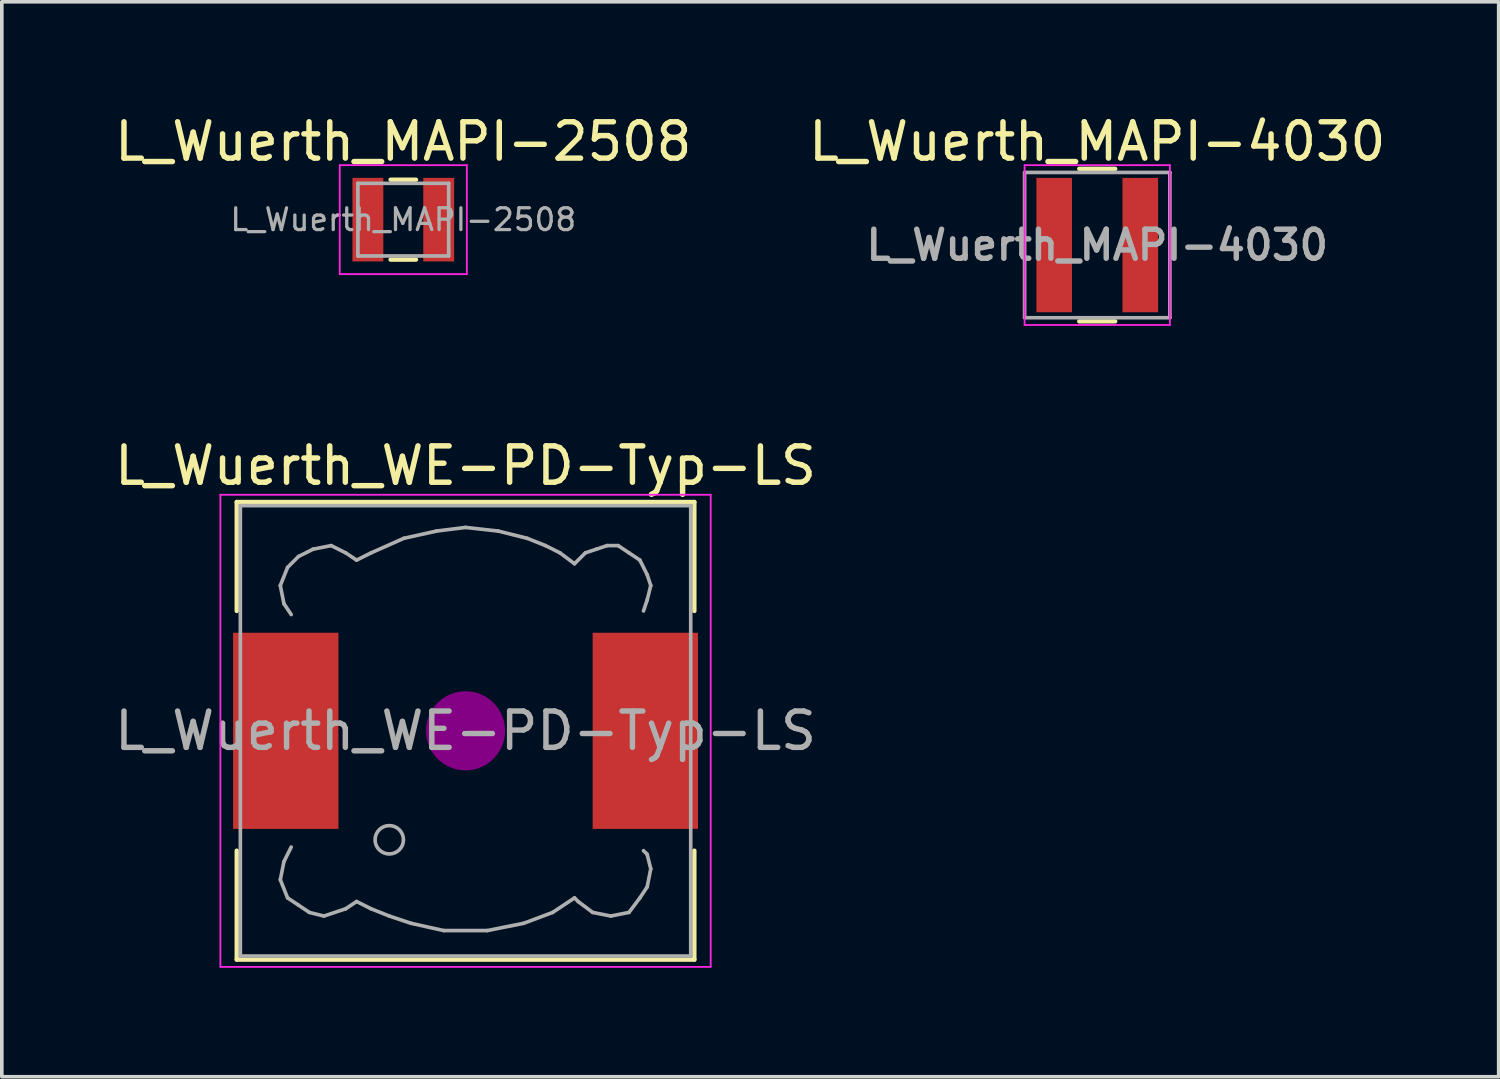
<source format=kicad_pcb>
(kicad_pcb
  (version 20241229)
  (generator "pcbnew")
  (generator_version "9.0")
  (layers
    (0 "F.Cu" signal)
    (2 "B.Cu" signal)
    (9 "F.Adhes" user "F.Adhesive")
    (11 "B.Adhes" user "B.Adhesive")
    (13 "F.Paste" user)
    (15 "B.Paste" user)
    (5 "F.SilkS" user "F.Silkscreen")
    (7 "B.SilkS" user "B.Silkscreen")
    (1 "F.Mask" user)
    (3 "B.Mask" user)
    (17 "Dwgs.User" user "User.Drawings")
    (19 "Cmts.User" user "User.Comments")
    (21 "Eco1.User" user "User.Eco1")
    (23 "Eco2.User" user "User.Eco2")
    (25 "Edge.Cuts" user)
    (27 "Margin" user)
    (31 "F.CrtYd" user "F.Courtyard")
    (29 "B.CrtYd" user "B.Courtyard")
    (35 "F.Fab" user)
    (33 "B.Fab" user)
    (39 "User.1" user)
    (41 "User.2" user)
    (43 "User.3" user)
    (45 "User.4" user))
  (footprint "L_Wuerth_MAPI-4030"
    (layer "F.Cu")
    (at 27.161 3.698)
    (property "Reference" "L_Wuerth_MAPI-4030" (at 0 -2.85 0) (layer "F.SilkS") (effects (font (size 1 1) (thickness 0.15))))
    (attr smd)
    (fp_line (start -0.495 -2.1) (end 0.495 -2.1) (stroke (width 0.12) (type solid)) (layer "F.SilkS"))
    (fp_line (start -0.495 2.1) (end 0.495 2.1) (stroke (width 0.12) (type solid)) (layer "F.SilkS"))
    (fp_line (start -2 -2.2) (end -2 2.2) (stroke (width 0.05) (type solid)) (layer "F.CrtYd"))
    (fp_line (start -2 2.2) (end 2 2.2) (stroke (width 0.05) (type solid)) (layer "F.CrtYd"))
    (fp_line (start 2 -2.2) (end -2 -2.2) (stroke (width 0.05) (type solid)) (layer "F.CrtYd"))
    (fp_line (start 2 2.2) (end 2 -2.2) (stroke (width 0.05) (type solid)) (layer "F.CrtYd"))
    (fp_line (start -2 -2) (end -2 2) (stroke (width 0.1) (type solid)) (layer "F.Fab"))
    (fp_line (start -2 2) (end 2 2) (stroke (width 0.1) (type solid)) (layer "F.Fab"))
    (fp_line (start 2 -2) (end -2 -2) (stroke (width 0.1) (type solid)) (layer "F.Fab"))
    (fp_line (start 2 2) (end 2 -2) (stroke (width 0.1) (type solid)) (layer "F.Fab"))
    (fp_text user "${REFERENCE}" (at 0 0 0) (layer "F.Fab") (effects (font (size 0.8 0.8) (thickness 0.15))))
    (pad "1" smd rect (at -1.185 0) (size 0.98 3.7) (layers "F.Cu" "F.Mask" "F.Paste"))
    (pad "2" smd rect (at 1.185 0) (size 0.98 3.7) (layers "F.Cu" "F.Mask" "F.Paste")))
  (footprint "L_Wuerth_MAPI-2508"
    (layer "F.Cu")
    (at 8.054 2.998)
    (property "Reference" "L_Wuerth_MAPI-2508" (at 0 -2.15 0) (layer "F.SilkS") (effects (font (size 1 1) (thickness 0.15))))
    (attr smd)
    (fp_line (start -0.35 -1.1) (end 0.35 -1.1) (stroke (width 0.12) (type solid)) (layer "F.SilkS"))
    (fp_line (start -0.35 1.1) (end 0.35 1.1) (stroke (width 0.12) (type solid)) (layer "F.SilkS"))
    (fp_line (start -1.75 -1.5) (end -1.75 1.5) (stroke (width 0.05) (type solid)) (layer "F.CrtYd"))
    (fp_line (start -1.75 1.5) (end 1.75 1.5) (stroke (width 0.05) (type solid)) (layer "F.CrtYd"))
    (fp_line (start 1.75 -1.5) (end -1.75 -1.5) (stroke (width 0.05) (type solid)) (layer "F.CrtYd"))
    (fp_line (start 1.75 1.5) (end 1.75 -1.5) (stroke (width 0.05) (type solid)) (layer "F.CrtYd"))
    (fp_line (start -1.25 -1) (end -1.25 1) (stroke (width 0.1) (type solid)) (layer "F.Fab"))
    (fp_line (start -1.25 1) (end 1.25 1) (stroke (width 0.1) (type solid)) (layer "F.Fab"))
    (fp_line (start 1.25 -1) (end -1.25 -1) (stroke (width 0.1) (type solid)) (layer "F.Fab"))
    (fp_line (start 1.25 1) (end 1.25 -1) (stroke (width 0.1) (type solid)) (layer "F.Fab"))
    (fp_text user "${REFERENCE}" (at 0 0 0) (layer "F.Fab") (effects (font (size 0.6 0.6) (thickness 0.09))))
    (pad "1" smd rect (at -0.975 0) (size 0.85 2.3) (layers "F.Cu" "F.Mask" "F.Paste"))
    (pad "2" smd rect (at 0.975 0) (size 0.85 2.3) (layers "F.Cu" "F.Mask" "F.Paste")))
  (footprint "L_Wuerth_WE-PD-Typ-LS"
    (layer "F.Cu")
    (at 9.768 17.072)
    (property "Reference" "L_Wuerth_WE-PD-Typ-LS" (at 0 -7.3 0) (layer "F.SilkS") (effects (font (size 1 1) (thickness 0.15))))
    (attr smd)
    (fp_line (start -6.3 -6.3) (end 6.3 -6.3) (stroke (width 0.12) (type solid)) (layer "F.SilkS"))
    (fp_line (start -6.3 -3.3) (end -6.3 -6.3) (stroke (width 0.12) (type solid)) (layer "F.SilkS"))
    (fp_line (start -6.3 6.3) (end -6.3 3.3) (stroke (width 0.12) (type solid)) (layer "F.SilkS"))
    (fp_line (start 6.3 -6.3) (end 6.3 -3.3) (stroke (width 0.12) (type solid)) (layer "F.SilkS"))
    (fp_line (start 6.3 3.3) (end 6.3 6.3) (stroke (width 0.12) (type solid)) (layer "F.SilkS"))
    (fp_line (start 6.3 6.3) (end -6.3 6.3) (stroke (width 0.12) (type solid)) (layer "F.SilkS"))
    (fp_circle (center 0 0) (end 0.15 0.15) (stroke (width 0.38) (type solid)) (fill no) (layer "F.Adhes"))
    (fp_circle (center 0 0) (end 0.55 0) (stroke (width 0.38) (type solid)) (fill no) (layer "F.Adhes"))
    (fp_circle (center 0 0) (end 0.9 0) (stroke (width 0.38) (type solid)) (fill no) (layer "F.Adhes"))
    (fp_line (start -6.75 -6.5) (end 6.75 -6.5) (stroke (width 0.05) (type solid)) (layer "F.CrtYd"))
    (fp_line (start -6.75 6.5) (end -6.75 -6.5) (stroke (width 0.05) (type solid)) (layer "F.CrtYd"))
    (fp_line (start 6.75 -6.5) (end 6.75 6.5) (stroke (width 0.05) (type solid)) (layer "F.CrtYd"))
    (fp_line (start 6.75 6.5) (end -6.75 6.5) (stroke (width 0.05) (type solid)) (layer "F.CrtYd"))
    (fp_line (start -6.2 -6.2) (end -6.2 6.2) (stroke (width 0.1) (type solid)) (layer "F.Fab"))
    (fp_line (start -6.2 6.2) (end 6.2 6.2) (stroke (width 0.1) (type solid)) (layer "F.Fab"))
    (fp_line (start -5.1 -4) (end -5 -3.5) (stroke (width 0.1) (type solid)) (layer "F.Fab"))
    (fp_line (start -5.1 4.1) (end -5 3.6) (stroke (width 0.1) (type solid)) (layer "F.Fab"))
    (fp_line (start -5 -3.5) (end -4.8 -3.2) (stroke (width 0.1) (type solid)) (layer "F.Fab"))
    (fp_line (start -5 3.6) (end -4.8 3.2) (stroke (width 0.1) (type solid)) (layer "F.Fab"))
    (fp_line (start -4.9 -4.5) (end -5.1 -4) (stroke (width 0.1) (type solid)) (layer "F.Fab"))
    (fp_line (start -4.9 4.6) (end -5.1 4.1) (stroke (width 0.1) (type solid)) (layer "F.Fab"))
    (fp_line (start -4.6 -4.8) (end -4.9 -4.5) (stroke (width 0.1) (type solid)) (layer "F.Fab"))
    (fp_line (start -4.6 4.8) (end -4.9 4.6) (stroke (width 0.1) (type solid)) (layer "F.Fab"))
    (fp_line (start -4.3 5) (end -4.6 4.8) (stroke (width 0.1) (type solid)) (layer "F.Fab"))
    (fp_line (start -4.2 -5) (end -4.6 -4.8) (stroke (width 0.1) (type solid)) (layer "F.Fab"))
    (fp_line (start -3.9 5.1) (end -4.3 5) (stroke (width 0.1) (type solid)) (layer "F.Fab"))
    (fp_line (start -3.7 -5.1) (end -4.2 -5) (stroke (width 0.1) (type solid)) (layer "F.Fab"))
    (fp_line (start -3.3 -4.9) (end -3.7 -5.1) (stroke (width 0.1) (type solid)) (layer "F.Fab"))
    (fp_line (start -3.3 4.9) (end -3.9 5.1) (stroke (width 0.1) (type solid)) (layer "F.Fab"))
    (fp_line (start -3 -4.7) (end -3.3 -4.9) (stroke (width 0.1) (type solid)) (layer "F.Fab"))
    (fp_line (start -3 4.7) (end -3.3 4.9) (stroke (width 0.1) (type solid)) (layer "F.Fab"))
    (fp_line (start -2.6 -4.9) (end -3 -4.7) (stroke (width 0.1) (type solid)) (layer "F.Fab"))
    (fp_line (start -2.6 4.9) (end -3 4.7) (stroke (width 0.1) (type solid)) (layer "F.Fab"))
    (fp_line (start -2.1 5.1) (end -2.6 4.9) (stroke (width 0.1) (type solid)) (layer "F.Fab"))
    (fp_line (start -1.7 -5.3) (end -2.6 -4.9) (stroke (width 0.1) (type solid)) (layer "F.Fab"))
    (fp_line (start -1.5 5.3) (end -2.1 5.1) (stroke (width 0.1) (type solid)) (layer "F.Fab"))
    (fp_line (start -0.8 -5.5) (end -1.7 -5.3) (stroke (width 0.1) (type solid)) (layer "F.Fab"))
    (fp_line (start -0.6 5.5) (end -1.5 5.3) (stroke (width 0.1) (type solid)) (layer "F.Fab"))
    (fp_line (start 0 -5.6) (end -0.8 -5.5) (stroke (width 0.1) (type solid)) (layer "F.Fab"))
    (fp_line (start 0.6 5.5) (end -0.6 5.5) (stroke (width 0.1) (type solid)) (layer "F.Fab"))
    (fp_line (start 0.9 -5.5) (end 0 -5.6) (stroke (width 0.1) (type solid)) (layer "F.Fab"))
    (fp_line (start 1.6 5.3) (end 0.6 5.5) (stroke (width 0.1) (type solid)) (layer "F.Fab"))
    (fp_line (start 1.7 -5.3) (end 0.9 -5.5) (stroke (width 0.1) (type solid)) (layer "F.Fab"))
    (fp_line (start 2.2 -5.1) (end 1.7 -5.3) (stroke (width 0.1) (type solid)) (layer "F.Fab"))
    (fp_line (start 2.4 5) (end 1.6 5.3) (stroke (width 0.1) (type solid)) (layer "F.Fab"))
    (fp_line (start 2.6 -4.9) (end 2.2 -5.1) (stroke (width 0.1) (type solid)) (layer "F.Fab"))
    (fp_line (start 3 -4.6) (end 2.6 -4.9) (stroke (width 0.1) (type solid)) (layer "F.Fab"))
    (fp_line (start 3 4.6) (end 2.4 5) (stroke (width 0.1) (type solid)) (layer "F.Fab"))
    (fp_line (start 3.1 4.7) (end 3 4.6) (stroke (width 0.1) (type solid)) (layer "F.Fab"))
    (fp_line (start 3.3 -4.9) (end 3 -4.6) (stroke (width 0.1) (type solid)) (layer "F.Fab"))
    (fp_line (start 3.5 5) (end 3.1 4.7) (stroke (width 0.1) (type solid)) (layer "F.Fab"))
    (fp_line (start 3.6 -5) (end 3.3 -4.9) (stroke (width 0.1) (type solid)) (layer "F.Fab"))
    (fp_line (start 3.9 -5.1) (end 3.6 -5) (stroke (width 0.1) (type solid)) (layer "F.Fab"))
    (fp_line (start 4 5.1) (end 3.5 5) (stroke (width 0.1) (type solid)) (layer "F.Fab"))
    (fp_line (start 4.2 -5.1) (end 3.9 -5.1) (stroke (width 0.1) (type solid)) (layer "F.Fab"))
    (fp_line (start 4.5 -4.9) (end 4.2 -5.1) (stroke (width 0.1) (type solid)) (layer "F.Fab"))
    (fp_line (start 4.5 5) (end 4 5.1) (stroke (width 0.1) (type solid)) (layer "F.Fab"))
    (fp_line (start 4.8 -4.7) (end 4.5 -4.9) (stroke (width 0.1) (type solid)) (layer "F.Fab"))
    (fp_line (start 4.8 4.6) (end 4.5 5) (stroke (width 0.1) (type solid)) (layer "F.Fab"))
    (fp_line (start 4.9 -3.3) (end 5 -3.6) (stroke (width 0.1) (type solid)) (layer "F.Fab"))
    (fp_line (start 4.9 3.3) (end 5 3.4) (stroke (width 0.1) (type solid)) (layer "F.Fab"))
    (fp_line (start 5 -4.3) (end 4.8 -4.7) (stroke (width 0.1) (type solid)) (layer "F.Fab"))
    (fp_line (start 5 -3.6) (end 5.1 -4) (stroke (width 0.1) (type solid)) (layer "F.Fab"))
    (fp_line (start 5 3.4) (end 5.1 3.8) (stroke (width 0.1) (type solid)) (layer "F.Fab"))
    (fp_line (start 5 4.3) (end 4.8 4.6) (stroke (width 0.1) (type solid)) (layer "F.Fab"))
    (fp_line (start 5.1 -4) (end 5 -4.3) (stroke (width 0.1) (type solid)) (layer "F.Fab"))
    (fp_line (start 5.1 3.8) (end 5 4.3) (stroke (width 0.1) (type solid)) (layer "F.Fab"))
    (fp_line (start 6.2 -6.2) (end -6.2 -6.2) (stroke (width 0.1) (type solid)) (layer "F.Fab"))
    (fp_line (start 6.2 6.2) (end 6.2 -6.2) (stroke (width 0.1) (type solid)) (layer "F.Fab"))
    (fp_circle (center -2.1 3) (end -1.8 3.25) (stroke (width 0.1) (type solid)) (fill no) (layer "F.Fab"))
    (fp_text user "${REFERENCE}" (at 0 0 0) (layer "F.Fab") (effects (font (size 1 1) (thickness 0.15))))
    (pad "1" smd rect (at -4.95 0) (size 2.9 5.4) (layers "F.Cu" "F.Mask" "F.Paste"))
    (pad "2" smd rect (at 4.95 0) (size 2.9 5.4) (layers "F.Cu" "F.Mask" "F.Paste")))
  (gr_rect
    (start -3 -3)
    (end 38.214 26.596)
    (stroke (width 0.1) (type default))
    (fill no)
    (layer "Edge.Cuts")))
</source>
